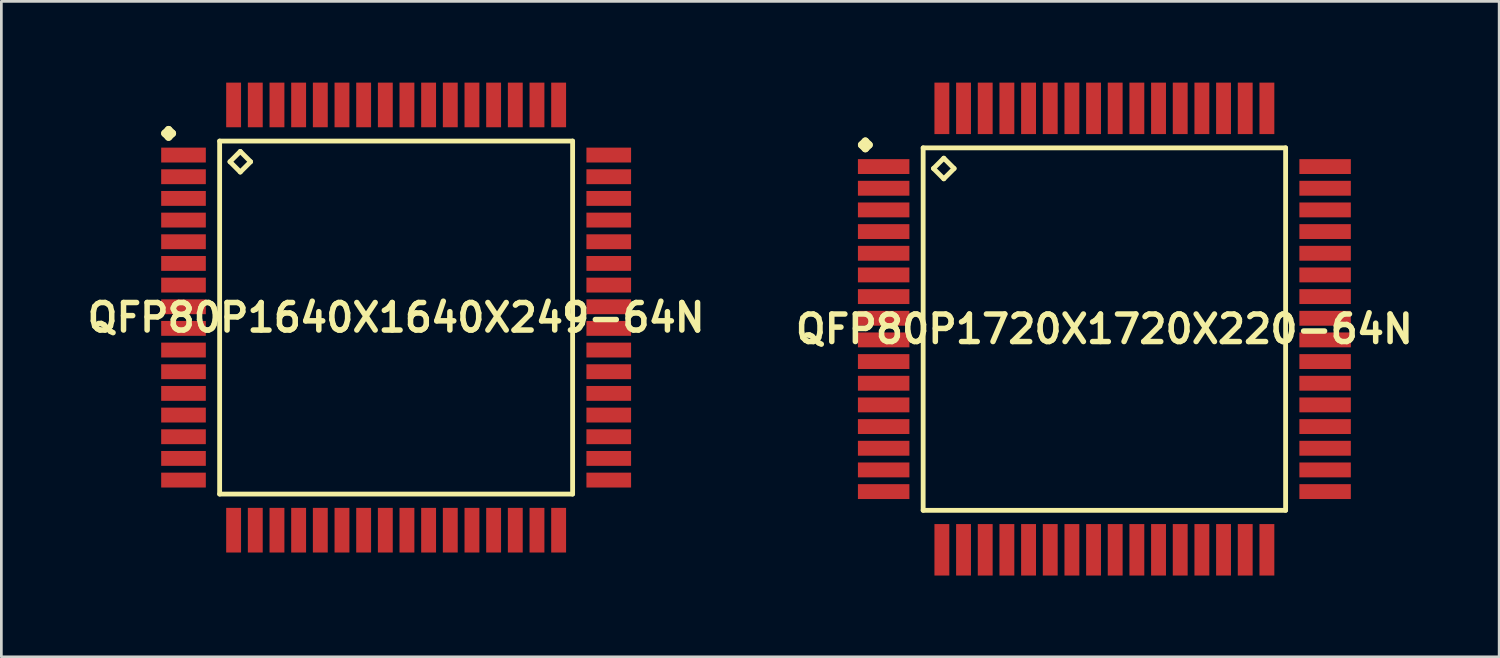
<source format=kicad_pcb>
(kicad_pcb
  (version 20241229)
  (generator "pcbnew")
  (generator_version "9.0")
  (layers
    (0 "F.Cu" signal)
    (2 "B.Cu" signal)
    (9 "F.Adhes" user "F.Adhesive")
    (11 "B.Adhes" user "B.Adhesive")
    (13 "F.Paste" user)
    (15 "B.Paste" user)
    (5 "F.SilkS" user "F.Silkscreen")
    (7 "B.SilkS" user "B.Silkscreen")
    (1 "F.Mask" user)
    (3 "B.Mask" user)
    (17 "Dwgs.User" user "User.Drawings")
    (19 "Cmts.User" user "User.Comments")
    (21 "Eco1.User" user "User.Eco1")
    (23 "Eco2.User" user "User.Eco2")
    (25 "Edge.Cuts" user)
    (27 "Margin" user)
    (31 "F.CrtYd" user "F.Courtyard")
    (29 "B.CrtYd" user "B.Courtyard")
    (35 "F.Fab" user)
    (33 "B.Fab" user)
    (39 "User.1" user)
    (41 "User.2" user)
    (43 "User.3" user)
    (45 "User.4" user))
  (footprint "QFP80P1720X1720X220-64N"
    (layer "F.Cu")
    (at 37.718 9.098)
    (property "Reference" "QFP80P1720X1720X220-64N" (at 0 0 0) (layer "F.SilkS") (effects (font (size 1.016 1.016) (thickness 0.203))))
    (attr smd)
    (fp_line (start -8.961 -6.8) (end -8.824 -6.937) (stroke (width 0.274) (type solid)) (layer "F.SilkS"))
    (fp_line (start -8.824 -6.937) (end -8.687 -6.8) (stroke (width 0.274) (type solid)) (layer "F.SilkS"))
    (fp_line (start -8.824 -6.662) (end -8.961 -6.8) (stroke (width 0.274) (type solid)) (layer "F.SilkS"))
    (fp_line (start -8.687 -6.8) (end -8.824 -6.662) (stroke (width 0.274) (type solid)) (layer "F.SilkS"))
    (fp_line (start -6.69 -6.69) (end -6.69 6.69) (stroke (width 0.178) (type solid)) (layer "F.SilkS"))
    (fp_line (start -6.69 6.69) (end 6.69 6.69) (stroke (width 0.178) (type solid)) (layer "F.SilkS"))
    (fp_line (start -6.309 -5.928) (end -5.928 -6.309) (stroke (width 0.178) (type solid)) (layer "F.SilkS"))
    (fp_line (start -5.928 -6.309) (end -5.547 -5.928) (stroke (width 0.178) (type solid)) (layer "F.SilkS"))
    (fp_line (start -5.928 -5.547) (end -6.309 -5.928) (stroke (width 0.178) (type solid)) (layer "F.SilkS"))
    (fp_line (start -5.547 -5.928) (end -5.928 -5.547) (stroke (width 0.178) (type solid)) (layer "F.SilkS"))
    (fp_line (start 6.69 -6.69) (end -6.69 -6.69) (stroke (width 0.178) (type solid)) (layer "F.SilkS"))
    (fp_line (start 6.69 6.69) (end 6.69 -6.69) (stroke (width 0.178) (type solid)) (layer "F.SilkS"))
    (pad "1" smd rect (at -8.148 -5.999) (size 1.9 0.549) (layers "F.Cu" "F.Mask" "F.Paste"))
    (pad "2" smd rect (at -8.148 -5.199) (size 1.9 0.549) (layers "F.Cu" "F.Mask" "F.Paste"))
    (pad "3" smd rect (at -8.148 -4.399) (size 1.9 0.549) (layers "F.Cu" "F.Mask" "F.Paste"))
    (pad "4" smd rect (at -8.148 -3.599) (size 1.9 0.549) (layers "F.Cu" "F.Mask" "F.Paste"))
    (pad "5" smd rect (at -8.148 -2.799) (size 1.9 0.549) (layers "F.Cu" "F.Mask" "F.Paste"))
    (pad "6" smd rect (at -8.148 -1.999) (size 1.9 0.549) (layers "F.Cu" "F.Mask" "F.Paste"))
    (pad "7" smd rect (at -8.148 -1.199) (size 1.9 0.549) (layers "F.Cu" "F.Mask" "F.Paste"))
    (pad "8" smd rect (at -8.148 -0.399) (size 1.9 0.549) (layers "F.Cu" "F.Mask" "F.Paste"))
    (pad "9" smd rect (at -8.148 0.399) (size 1.9 0.549) (layers "F.Cu" "F.Mask" "F.Paste"))
    (pad "10" smd rect (at -8.148 1.199) (size 1.9 0.549) (layers "F.Cu" "F.Mask" "F.Paste"))
    (pad "11" smd rect (at -8.148 1.999) (size 1.9 0.549) (layers "F.Cu" "F.Mask" "F.Paste"))
    (pad "12" smd rect (at -8.148 2.799) (size 1.9 0.549) (layers "F.Cu" "F.Mask" "F.Paste"))
    (pad "13" smd rect (at -8.148 3.599) (size 1.9 0.549) (layers "F.Cu" "F.Mask" "F.Paste"))
    (pad "14" smd rect (at -8.148 4.399) (size 1.9 0.549) (layers "F.Cu" "F.Mask" "F.Paste"))
    (pad "15" smd rect (at -8.148 5.199) (size 1.9 0.549) (layers "F.Cu" "F.Mask" "F.Paste"))
    (pad "16" smd rect (at -8.148 5.999) (size 1.9 0.549) (layers "F.Cu" "F.Mask" "F.Paste"))
    (pad "17" smd rect (at -5.999 8.148) (size 0.549 1.9) (layers "F.Cu" "F.Mask" "F.Paste"))
    (pad "18" smd rect (at -5.199 8.148) (size 0.549 1.9) (layers "F.Cu" "F.Mask" "F.Paste"))
    (pad "19" smd rect (at -4.399 8.148) (size 0.549 1.9) (layers "F.Cu" "F.Mask" "F.Paste"))
    (pad "20" smd rect (at -3.599 8.148) (size 0.549 1.9) (layers "F.Cu" "F.Mask" "F.Paste"))
    (pad "21" smd rect (at -2.799 8.148) (size 0.549 1.9) (layers "F.Cu" "F.Mask" "F.Paste"))
    (pad "22" smd rect (at -1.999 8.148) (size 0.549 1.9) (layers "F.Cu" "F.Mask" "F.Paste"))
    (pad "23" smd rect (at -1.199 8.148) (size 0.549 1.9) (layers "F.Cu" "F.Mask" "F.Paste"))
    (pad "24" smd rect (at -0.399 8.148) (size 0.549 1.9) (layers "F.Cu" "F.Mask" "F.Paste"))
    (pad "25" smd rect (at 0.399 8.148) (size 0.549 1.9) (layers "F.Cu" "F.Mask" "F.Paste"))
    (pad "26" smd rect (at 1.199 8.148) (size 0.549 1.9) (layers "F.Cu" "F.Mask" "F.Paste"))
    (pad "27" smd rect (at 1.999 8.148) (size 0.549 1.9) (layers "F.Cu" "F.Mask" "F.Paste"))
    (pad "28" smd rect (at 2.799 8.148) (size 0.549 1.9) (layers "F.Cu" "F.Mask" "F.Paste"))
    (pad "29" smd rect (at 3.599 8.148) (size 0.549 1.9) (layers "F.Cu" "F.Mask" "F.Paste"))
    (pad "30" smd rect (at 4.399 8.148) (size 0.549 1.9) (layers "F.Cu" "F.Mask" "F.Paste"))
    (pad "31" smd rect (at 5.199 8.148) (size 0.549 1.9) (layers "F.Cu" "F.Mask" "F.Paste"))
    (pad "32" smd rect (at 5.999 8.148) (size 0.549 1.9) (layers "F.Cu" "F.Mask" "F.Paste"))
    (pad "33" smd rect (at 8.148 5.999) (size 1.9 0.549) (layers "F.Cu" "F.Mask" "F.Paste"))
    (pad "34" smd rect (at 8.148 5.199) (size 1.9 0.549) (layers "F.Cu" "F.Mask" "F.Paste"))
    (pad "35" smd rect (at 8.148 4.399) (size 1.9 0.549) (layers "F.Cu" "F.Mask" "F.Paste"))
    (pad "36" smd rect (at 8.148 3.599) (size 1.9 0.549) (layers "F.Cu" "F.Mask" "F.Paste"))
    (pad "37" smd rect (at 8.148 2.799) (size 1.9 0.549) (layers "F.Cu" "F.Mask" "F.Paste"))
    (pad "38" smd rect (at 8.148 1.999) (size 1.9 0.549) (layers "F.Cu" "F.Mask" "F.Paste"))
    (pad "39" smd rect (at 8.148 1.199) (size 1.9 0.549) (layers "F.Cu" "F.Mask" "F.Paste"))
    (pad "40" smd rect (at 8.148 0.399) (size 1.9 0.549) (layers "F.Cu" "F.Mask" "F.Paste"))
    (pad "41" smd rect (at 8.148 -0.399) (size 1.9 0.549) (layers "F.Cu" "F.Mask" "F.Paste"))
    (pad "42" smd rect (at 8.148 -1.199) (size 1.9 0.549) (layers "F.Cu" "F.Mask" "F.Paste"))
    (pad "43" smd rect (at 8.148 -1.999) (size 1.9 0.549) (layers "F.Cu" "F.Mask" "F.Paste"))
    (pad "44" smd rect (at 8.148 -2.799) (size 1.9 0.549) (layers "F.Cu" "F.Mask" "F.Paste"))
    (pad "45" smd rect (at 8.148 -3.599) (size 1.9 0.549) (layers "F.Cu" "F.Mask" "F.Paste"))
    (pad "46" smd rect (at 8.148 -4.399) (size 1.9 0.549) (layers "F.Cu" "F.Mask" "F.Paste"))
    (pad "47" smd rect (at 8.148 -5.199) (size 1.9 0.549) (layers "F.Cu" "F.Mask" "F.Paste"))
    (pad "48" smd rect (at 8.148 -5.999) (size 1.9 0.549) (layers "F.Cu" "F.Mask" "F.Paste"))
    (pad "49" smd rect (at 5.999 -8.148) (size 0.549 1.9) (layers "F.Cu" "F.Mask" "F.Paste"))
    (pad "50" smd rect (at 5.199 -8.148) (size 0.549 1.9) (layers "F.Cu" "F.Mask" "F.Paste"))
    (pad "51" smd rect (at 4.399 -8.148) (size 0.549 1.9) (layers "F.Cu" "F.Mask" "F.Paste"))
    (pad "52" smd rect (at 3.599 -8.148) (size 0.549 1.9) (layers "F.Cu" "F.Mask" "F.Paste"))
    (pad "53" smd rect (at 2.799 -8.148) (size 0.549 1.9) (layers "F.Cu" "F.Mask" "F.Paste"))
    (pad "54" smd rect (at 1.999 -8.148) (size 0.549 1.9) (layers "F.Cu" "F.Mask" "F.Paste"))
    (pad "55" smd rect (at 1.199 -8.148) (size 0.549 1.9) (layers "F.Cu" "F.Mask" "F.Paste"))
    (pad "56" smd rect (at 0.399 -8.148) (size 0.549 1.9) (layers "F.Cu" "F.Mask" "F.Paste"))
    (pad "57" smd rect (at -0.399 -8.148) (size 0.549 1.9) (layers "F.Cu" "F.Mask" "F.Paste"))
    (pad "58" smd rect (at -1.199 -8.148) (size 0.549 1.9) (layers "F.Cu" "F.Mask" "F.Paste"))
    (pad "59" smd rect (at -1.999 -8.148) (size 0.549 1.9) (layers "F.Cu" "F.Mask" "F.Paste"))
    (pad "60" smd rect (at -2.799 -8.148) (size 0.549 1.9) (layers "F.Cu" "F.Mask" "F.Paste"))
    (pad "61" smd rect (at -3.599 -8.148) (size 0.549 1.9) (layers "F.Cu" "F.Mask" "F.Paste"))
    (pad "62" smd rect (at -4.399 -8.148) (size 0.549 1.9) (layers "F.Cu" "F.Mask" "F.Paste"))
    (pad "63" smd rect (at -5.199 -8.148) (size 0.549 1.9) (layers "F.Cu" "F.Mask" "F.Paste"))
    (pad "64" smd rect (at -5.999 -8.148) (size 0.549 1.9) (layers "F.Cu" "F.Mask" "F.Paste")))
  (footprint "QFP80P1640X1640X249-64N"
    (layer "F.Cu")
    (at 11.573 8.673)
    (property "Reference" "QFP80P1640X1640X249-64N" (at 0 0 0) (layer "F.SilkS") (effects (font (size 1.016 1.016) (thickness 0.203))))
    (attr smd)
    (fp_line (start -8.537 -6.8) (end -8.4 -6.937) (stroke (width 0.274) (type solid)) (layer "F.SilkS"))
    (fp_line (start -8.4 -6.937) (end -8.26 -6.8) (stroke (width 0.274) (type solid)) (layer "F.SilkS"))
    (fp_line (start -8.4 -6.662) (end -8.537 -6.8) (stroke (width 0.274) (type solid)) (layer "F.SilkS"))
    (fp_line (start -8.26 -6.8) (end -8.4 -6.662) (stroke (width 0.274) (type solid)) (layer "F.SilkS"))
    (fp_line (start -6.515 -6.515) (end -6.515 6.515) (stroke (width 0.178) (type solid)) (layer "F.SilkS"))
    (fp_line (start -6.515 6.515) (end 6.515 6.515) (stroke (width 0.178) (type solid)) (layer "F.SilkS"))
    (fp_line (start -6.134 -5.753) (end -5.753 -6.134) (stroke (width 0.178) (type solid)) (layer "F.SilkS"))
    (fp_line (start -5.753 -6.134) (end -5.372 -5.753) (stroke (width 0.178) (type solid)) (layer "F.SilkS"))
    (fp_line (start -5.753 -5.372) (end -6.134 -5.753) (stroke (width 0.178) (type solid)) (layer "F.SilkS"))
    (fp_line (start -5.372 -5.753) (end -5.753 -5.372) (stroke (width 0.178) (type solid)) (layer "F.SilkS"))
    (fp_line (start 6.515 -6.515) (end -6.515 -6.515) (stroke (width 0.178) (type solid)) (layer "F.SilkS"))
    (fp_line (start 6.515 6.515) (end 6.515 -6.515) (stroke (width 0.178) (type solid)) (layer "F.SilkS"))
    (pad "1" smd rect (at -7.849 -5.999) (size 1.648 0.549) (layers "F.Cu" "F.Mask" "F.Paste"))
    (pad "2" smd rect (at -7.849 -5.199) (size 1.648 0.549) (layers "F.Cu" "F.Mask" "F.Paste"))
    (pad "3" smd rect (at -7.849 -4.399) (size 1.648 0.549) (layers "F.Cu" "F.Mask" "F.Paste"))
    (pad "4" smd rect (at -7.849 -3.599) (size 1.648 0.549) (layers "F.Cu" "F.Mask" "F.Paste"))
    (pad "5" smd rect (at -7.849 -2.799) (size 1.648 0.549) (layers "F.Cu" "F.Mask" "F.Paste"))
    (pad "6" smd rect (at -7.849 -1.999) (size 1.648 0.549) (layers "F.Cu" "F.Mask" "F.Paste"))
    (pad "7" smd rect (at -7.849 -1.199) (size 1.648 0.549) (layers "F.Cu" "F.Mask" "F.Paste"))
    (pad "8" smd rect (at -7.849 -0.399) (size 1.648 0.549) (layers "F.Cu" "F.Mask" "F.Paste"))
    (pad "9" smd rect (at -7.849 0.399) (size 1.648 0.549) (layers "F.Cu" "F.Mask" "F.Paste"))
    (pad "10" smd rect (at -7.849 1.199) (size 1.648 0.549) (layers "F.Cu" "F.Mask" "F.Paste"))
    (pad "11" smd rect (at -7.849 1.999) (size 1.648 0.549) (layers "F.Cu" "F.Mask" "F.Paste"))
    (pad "12" smd rect (at -7.849 2.799) (size 1.648 0.549) (layers "F.Cu" "F.Mask" "F.Paste"))
    (pad "13" smd rect (at -7.849 3.599) (size 1.648 0.549) (layers "F.Cu" "F.Mask" "F.Paste"))
    (pad "14" smd rect (at -7.849 4.399) (size 1.648 0.549) (layers "F.Cu" "F.Mask" "F.Paste"))
    (pad "15" smd rect (at -7.849 5.199) (size 1.648 0.549) (layers "F.Cu" "F.Mask" "F.Paste"))
    (pad "16" smd rect (at -7.849 5.999) (size 1.648 0.549) (layers "F.Cu" "F.Mask" "F.Paste"))
    (pad "17" smd rect (at -5.999 7.849) (size 0.549 1.648) (layers "F.Cu" "F.Mask" "F.Paste"))
    (pad "18" smd rect (at -5.199 7.849) (size 0.549 1.648) (layers "F.Cu" "F.Mask" "F.Paste"))
    (pad "19" smd rect (at -4.399 7.849) (size 0.549 1.648) (layers "F.Cu" "F.Mask" "F.Paste"))
    (pad "20" smd rect (at -3.599 7.849) (size 0.549 1.648) (layers "F.Cu" "F.Mask" "F.Paste"))
    (pad "21" smd rect (at -2.799 7.849) (size 0.549 1.648) (layers "F.Cu" "F.Mask" "F.Paste"))
    (pad "22" smd rect (at -1.999 7.849) (size 0.549 1.648) (layers "F.Cu" "F.Mask" "F.Paste"))
    (pad "23" smd rect (at -1.199 7.849) (size 0.549 1.648) (layers "F.Cu" "F.Mask" "F.Paste"))
    (pad "24" smd rect (at -0.399 7.849) (size 0.549 1.648) (layers "F.Cu" "F.Mask" "F.Paste"))
    (pad "25" smd rect (at 0.399 7.849) (size 0.549 1.648) (layers "F.Cu" "F.Mask" "F.Paste"))
    (pad "26" smd rect (at 1.199 7.849) (size 0.549 1.648) (layers "F.Cu" "F.Mask" "F.Paste"))
    (pad "27" smd rect (at 1.999 7.849) (size 0.549 1.648) (layers "F.Cu" "F.Mask" "F.Paste"))
    (pad "28" smd rect (at 2.799 7.849) (size 0.549 1.648) (layers "F.Cu" "F.Mask" "F.Paste"))
    (pad "29" smd rect (at 3.599 7.849) (size 0.549 1.648) (layers "F.Cu" "F.Mask" "F.Paste"))
    (pad "30" smd rect (at 4.399 7.849) (size 0.549 1.648) (layers "F.Cu" "F.Mask" "F.Paste"))
    (pad "31" smd rect (at 5.199 7.849) (size 0.549 1.648) (layers "F.Cu" "F.Mask" "F.Paste"))
    (pad "32" smd rect (at 5.999 7.849) (size 0.549 1.648) (layers "F.Cu" "F.Mask" "F.Paste"))
    (pad "33" smd rect (at 7.849 5.999) (size 1.648 0.549) (layers "F.Cu" "F.Mask" "F.Paste"))
    (pad "34" smd rect (at 7.849 5.199) (size 1.648 0.549) (layers "F.Cu" "F.Mask" "F.Paste"))
    (pad "35" smd rect (at 7.849 4.399) (size 1.648 0.549) (layers "F.Cu" "F.Mask" "F.Paste"))
    (pad "36" smd rect (at 7.849 3.599) (size 1.648 0.549) (layers "F.Cu" "F.Mask" "F.Paste"))
    (pad "37" smd rect (at 7.849 2.799) (size 1.648 0.549) (layers "F.Cu" "F.Mask" "F.Paste"))
    (pad "38" smd rect (at 7.849 1.999) (size 1.648 0.549) (layers "F.Cu" "F.Mask" "F.Paste"))
    (pad "39" smd rect (at 7.849 1.199) (size 1.648 0.549) (layers "F.Cu" "F.Mask" "F.Paste"))
    (pad "40" smd rect (at 7.849 0.399) (size 1.648 0.549) (layers "F.Cu" "F.Mask" "F.Paste"))
    (pad "41" smd rect (at 7.849 -0.399) (size 1.648 0.549) (layers "F.Cu" "F.Mask" "F.Paste"))
    (pad "42" smd rect (at 7.849 -1.199) (size 1.648 0.549) (layers "F.Cu" "F.Mask" "F.Paste"))
    (pad "43" smd rect (at 7.849 -1.999) (size 1.648 0.549) (layers "F.Cu" "F.Mask" "F.Paste"))
    (pad "44" smd rect (at 7.849 -2.799) (size 1.648 0.549) (layers "F.Cu" "F.Mask" "F.Paste"))
    (pad "45" smd rect (at 7.849 -3.599) (size 1.648 0.549) (layers "F.Cu" "F.Mask" "F.Paste"))
    (pad "46" smd rect (at 7.849 -4.399) (size 1.648 0.549) (layers "F.Cu" "F.Mask" "F.Paste"))
    (pad "47" smd rect (at 7.849 -5.199) (size 1.648 0.549) (layers "F.Cu" "F.Mask" "F.Paste"))
    (pad "48" smd rect (at 7.849 -5.999) (size 1.648 0.549) (layers "F.Cu" "F.Mask" "F.Paste"))
    (pad "49" smd rect (at 5.999 -7.849) (size 0.549 1.648) (layers "F.Cu" "F.Mask" "F.Paste"))
    (pad "50" smd rect (at 5.199 -7.849) (size 0.549 1.648) (layers "F.Cu" "F.Mask" "F.Paste"))
    (pad "51" smd rect (at 4.399 -7.849) (size 0.549 1.648) (layers "F.Cu" "F.Mask" "F.Paste"))
    (pad "52" smd rect (at 3.599 -7.849) (size 0.549 1.648) (layers "F.Cu" "F.Mask" "F.Paste"))
    (pad "53" smd rect (at 2.799 -7.849) (size 0.549 1.648) (layers "F.Cu" "F.Mask" "F.Paste"))
    (pad "54" smd rect (at 1.999 -7.849) (size 0.549 1.648) (layers "F.Cu" "F.Mask" "F.Paste"))
    (pad "55" smd rect (at 1.199 -7.849) (size 0.549 1.648) (layers "F.Cu" "F.Mask" "F.Paste"))
    (pad "56" smd rect (at 0.399 -7.849) (size 0.549 1.648) (layers "F.Cu" "F.Mask" "F.Paste"))
    (pad "57" smd rect (at -0.399 -7.849) (size 0.549 1.648) (layers "F.Cu" "F.Mask" "F.Paste"))
    (pad "58" smd rect (at -1.199 -7.849) (size 0.549 1.648) (layers "F.Cu" "F.Mask" "F.Paste"))
    (pad "59" smd rect (at -1.999 -7.849) (size 0.549 1.648) (layers "F.Cu" "F.Mask" "F.Paste"))
    (pad "60" smd rect (at -2.799 -7.849) (size 0.549 1.648) (layers "F.Cu" "F.Mask" "F.Paste"))
    (pad "61" smd rect (at -3.599 -7.849) (size 0.549 1.648) (layers "F.Cu" "F.Mask" "F.Paste"))
    (pad "62" smd rect (at -4.399 -7.849) (size 0.549 1.648) (layers "F.Cu" "F.Mask" "F.Paste"))
    (pad "63" smd rect (at -5.199 -7.849) (size 0.549 1.648) (layers "F.Cu" "F.Mask" "F.Paste"))
    (pad "64" smd rect (at -5.999 -7.849) (size 0.549 1.648) (layers "F.Cu" "F.Mask" "F.Paste")))
  (gr_rect
    (start -3 -3)
    (end 52.291 21.197)
    (stroke (width 0.1) (type default))
    (fill no)
    (layer "Edge.Cuts")))
</source>
